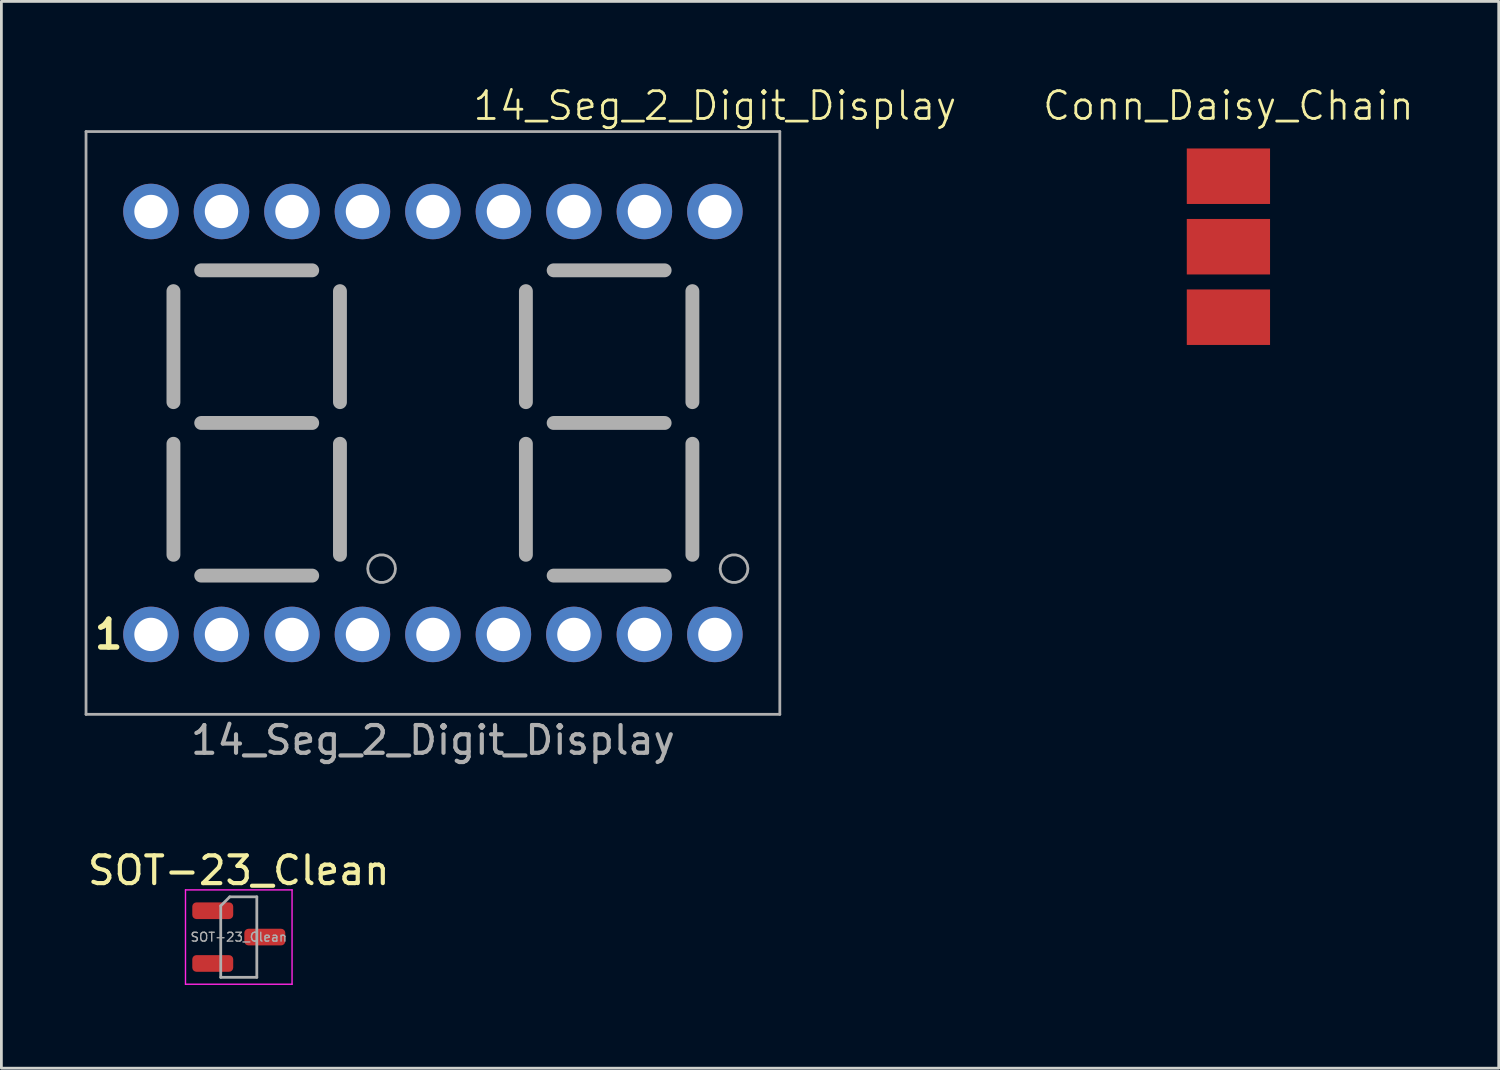
<source format=kicad_pcb>
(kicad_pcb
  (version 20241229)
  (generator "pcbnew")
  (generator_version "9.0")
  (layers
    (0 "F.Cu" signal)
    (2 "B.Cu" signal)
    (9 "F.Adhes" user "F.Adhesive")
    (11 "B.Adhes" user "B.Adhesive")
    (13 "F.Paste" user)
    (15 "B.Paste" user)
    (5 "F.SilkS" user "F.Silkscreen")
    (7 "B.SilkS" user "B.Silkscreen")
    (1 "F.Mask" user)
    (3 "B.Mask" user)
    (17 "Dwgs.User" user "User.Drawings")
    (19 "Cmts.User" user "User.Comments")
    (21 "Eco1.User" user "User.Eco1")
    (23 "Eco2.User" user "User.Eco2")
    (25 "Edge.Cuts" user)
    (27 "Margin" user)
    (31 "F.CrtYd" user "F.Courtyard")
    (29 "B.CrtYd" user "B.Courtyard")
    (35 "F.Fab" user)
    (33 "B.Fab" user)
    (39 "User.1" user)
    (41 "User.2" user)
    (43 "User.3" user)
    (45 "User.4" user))
  (footprint "SOT-23_Clean"
    (layer "F.Cu")
    (at 5.554 30.717)
    (property "Reference" "SOT-23_Clean" (at 0 -2.4 180) (layer "F.SilkS") (effects (font (size 1 1) (thickness 0.15))))
    (attr smd)
    (fp_line (start -1.92 -1.7) (end -1.92 1.7) (stroke (width 0.05) (type solid)) (layer "F.CrtYd"))
    (fp_line (start -1.92 1.7) (end 1.92 1.7) (stroke (width 0.05) (type solid)) (layer "F.CrtYd"))
    (fp_line (start 1.92 -1.7) (end -1.92 -1.7) (stroke (width 0.05) (type solid)) (layer "F.CrtYd"))
    (fp_line (start 1.92 1.7) (end 1.92 -1.7) (stroke (width 0.05) (type solid)) (layer "F.CrtYd"))
    (fp_line (start -0.65 -1.125) (end -0.325 -1.45) (stroke (width 0.1) (type solid)) (layer "F.Fab"))
    (fp_line (start -0.65 1.45) (end -0.65 -1.125) (stroke (width 0.1) (type solid)) (layer "F.Fab"))
    (fp_line (start -0.325 -1.45) (end 0.65 -1.45) (stroke (width 0.1) (type solid)) (layer "F.Fab"))
    (fp_line (start 0.65 -1.45) (end 0.65 1.45) (stroke (width 0.1) (type solid)) (layer "F.Fab"))
    (fp_line (start 0.65 1.45) (end -0.65 1.45) (stroke (width 0.1) (type solid)) (layer "F.Fab"))
    (fp_text user "${REFERENCE}" (at 0 0 180) (layer "F.Fab") (effects (font (size 0.32 0.32) (thickness 0.05))))
    (pad "1" smd roundrect (at -0.938 -0.95) (size 1.475 0.6) (layers "F.Cu" "F.Mask" "F.Paste") (roundrect_rratio 0.25))
    (pad "2" smd roundrect (at -0.938 0.95) (size 1.475 0.6) (layers "F.Cu" "F.Mask" "F.Paste") (roundrect_rratio 0.25))
    (pad "3" smd roundrect (at 0.938 0) (size 1.475 0.6) (layers "F.Cu" "F.Mask" "F.Paste") (roundrect_rratio 0.25)))
  (footprint "Conn_Daisy_Chain"
    (layer "F.Cu")
    (at 41.215 5.84)
    (property "Reference" "Conn_Daisy_Chain" (at 0 -5.08 0) (unlocked yes) (layer "F.SilkS") (effects (font (size 1 1) (thickness 0.1))))
    (attr through_hole)
    (pad "1" smd rect (at 0 -2.54) (size 3 2) (layers "F.Cu" "F.Mask" "F.Paste"))
    (pad "2" smd rect (at 0 0) (size 3 2) (layers "F.Cu" "F.Mask" "F.Paste"))
    (pad "3" smd rect (at 0 2.54) (size 3 2) (layers "F.Cu" "F.Mask" "F.Paste")))
  (footprint "14_Seg_2_Digit_Display"
    (layer "F.Cu")
    (at 12.55 12.191)
    (property "Reference" "14_Seg_2_Digit_Display" (at 10.16 -11.43 0) (unlocked yes) (layer "F.SilkS") (effects (font (size 1 1) (thickness 0.1))))
    (attr through_hole)
    (fp_line (start -12.5 -10.5) (end 12.5 -10.5) (stroke (width 0.1) (type default)) (layer "F.Fab"))
    (fp_line (start -12.5 10.5) (end -12.5 -10.5) (stroke (width 0.1) (type default)) (layer "F.Fab"))
    (fp_line (start -9.35 -0.75) (end -9.35 -4.75) (stroke (width 0.5) (type default)) (layer "F.Fab"))
    (fp_line (start -9.35 0.75) (end -9.35 4.75) (stroke (width 0.5) (type default)) (layer "F.Fab"))
    (fp_line (start -8.35 -5.5) (end -4.35 -5.5) (stroke (width 0.5) (type default)) (layer "F.Fab"))
    (fp_line (start -8.35 5.5) (end -4.35 5.5) (stroke (width 0.5) (type solid)) (layer "F.Fab"))
    (fp_line (start -4.35 0) (end -8.35 0) (stroke (width 0.5) (type default)) (layer "F.Fab"))
    (fp_line (start -3.35 -4.75) (end -3.35 -0.75) (stroke (width 0.5) (type default)) (layer "F.Fab"))
    (fp_line (start -3.35 4.75) (end -3.35 0.75) (stroke (width 0.5) (type default)) (layer "F.Fab"))
    (fp_line (start 3.35 -0.75) (end 3.35 -4.75) (stroke (width 0.5) (type default)) (layer "F.Fab"))
    (fp_line (start 3.35 0.75) (end 3.35 4.75) (stroke (width 0.5) (type default)) (layer "F.Fab"))
    (fp_line (start 4.35 -5.5) (end 8.35 -5.5) (stroke (width 0.5) (type default)) (layer "F.Fab"))
    (fp_line (start 4.35 5.5) (end 8.35 5.5) (stroke (width 0.5) (type solid)) (layer "F.Fab"))
    (fp_line (start 8.35 0) (end 4.35 0) (stroke (width 0.5) (type default)) (layer "F.Fab"))
    (fp_line (start 9.35 -4.75) (end 9.35 -0.75) (stroke (width 0.5) (type default)) (layer "F.Fab"))
    (fp_line (start 9.35 4.75) (end 9.35 0.75) (stroke (width 0.5) (type default)) (layer "F.Fab"))
    (fp_line (start 12.5 -10.5) (end 12.5 10.5) (stroke (width 0.1) (type default)) (layer "F.Fab"))
    (fp_line (start 12.5 10.5) (end -12.5 10.5) (stroke (width 0.1) (type default)) (layer "F.Fab"))
    (fp_poly (pts (xy -1.35 5.25) (xy -1.37 5.109) (xy -1.429 4.98) (xy -1.523 4.872) (xy -1.642 4.795) (xy -1.779 4.755) (xy -1.921 4.755) (xy -2.058 4.795) (xy -2.177 4.872) (xy -2.271 4.98) (xy -2.33 5.109) (xy -2.35 5.25) (xy -2.33 5.391) (xy -2.271 5.52) (xy -2.177 5.628) (xy -2.058 5.705) (xy -1.921 5.745) (xy -1.779 5.745) (xy -1.642 5.705) (xy -1.523 5.628) (xy -1.429 5.52) (xy -1.37 5.391) (xy -1.35 5.25)) (stroke (width 0.1) (type solid)) (fill no) (layer "F.Fab"))
    (fp_poly (pts (xy 11.35 5.25) (xy 11.33 5.109) (xy 11.271 4.98) (xy 11.177 4.872) (xy 11.058 4.795) (xy 10.921 4.755) (xy 10.779 4.755) (xy 10.642 4.795) (xy 10.523 4.872) (xy 10.429 4.98) (xy 10.37 5.109) (xy 10.35 5.25) (xy 10.37 5.391) (xy 10.429 5.52) (xy 10.523 5.628) (xy 10.642 5.705) (xy 10.779 5.745) (xy 10.921 5.745) (xy 11.058 5.705) (xy 11.177 5.628) (xy 11.271 5.52) (xy 11.33 5.391) (xy 11.35 5.25)) (stroke (width 0.1) (type solid)) (fill no) (layer "F.Fab"))
    (fp_text user "1" (at -11.684 7.62 0) (unlocked yes) (layer "F.SilkS") (effects (font (size 1 1) (thickness 0.2) (bold yes))))
    (fp_text user "${REFERENCE}" (at 0 11.43 0) (unlocked yes) (layer "F.Fab") (effects (font (size 1 1) (thickness 0.15))))
    (pad "1" thru_hole circle (at -10.16 7.62) (size 2 2) (drill 1.2) (layers "*.Cu" "*.Mask"))
    (pad "2" thru_hole circle (at -7.62 7.62) (size 2 2) (drill 1.2) (layers "*.Cu" "*.Mask"))
    (pad "3" thru_hole circle (at -5.08 7.62) (size 2 2) (drill 1.2) (layers "*.Cu" "*.Mask"))
    (pad "4" thru_hole circle (at -2.54 7.62) (size 2 2) (drill 1.2) (layers "*.Cu" "*.Mask"))
    (pad "5" thru_hole circle (at 0 7.62) (size 2 2) (drill 1.2) (layers "*.Cu" "*.Mask"))
    (pad "6" thru_hole circle (at 2.54 7.62) (size 2 2) (drill 1.2) (layers "*.Cu" "*.Mask"))
    (pad "7" thru_hole circle (at 5.08 7.62) (size 2 2) (drill 1.2) (layers "*.Cu" "*.Mask"))
    (pad "8" thru_hole circle (at 7.62 7.62) (size 2 2) (drill 1.2) (layers "*.Cu" "*.Mask"))
    (pad "9" thru_hole circle (at 10.16 7.62) (size 2 2) (drill 1.2) (layers "*.Cu" "*.Mask"))
    (pad "10" thru_hole circle (at 10.16 -7.62) (size 2 2) (drill 1.2) (layers "*.Cu" "*.Mask"))
    (pad "11" thru_hole circle (at 7.62 -7.62) (size 2 2) (drill 1.2) (layers "*.Cu" "*.Mask"))
    (pad "12" thru_hole circle (at 5.08 -7.62) (size 2 2) (drill 1.2) (layers "*.Cu" "*.Mask"))
    (pad "13" thru_hole circle (at 2.54 -7.62) (size 2 2) (drill 1.2) (layers "*.Cu" "*.Mask"))
    (pad "14" thru_hole circle (at 0 -7.62) (size 2 2) (drill 1.2) (layers "*.Cu" "*.Mask"))
    (pad "15" thru_hole circle (at -2.54 -7.62) (size 2 2) (drill 1.2) (layers "*.Cu" "*.Mask"))
    (pad "16" thru_hole circle (at -5.08 -7.62) (size 2 2) (drill 1.2) (layers "*.Cu" "*.Mask"))
    (pad "17" thru_hole circle (at -7.62 -7.62) (size 2 2) (drill 1.2) (layers "*.Cu" "*.Mask"))
    (pad "18" thru_hole circle (at -10.16 -7.62) (size 2 2) (drill 1.2) (layers "*.Cu" "*.Mask")))
  (gr_rect
    (start -3 -3)
    (end 50.955 35.442)
    (stroke (width 0.1) (type default))
    (fill no)
    (layer "Edge.Cuts")))
</source>
